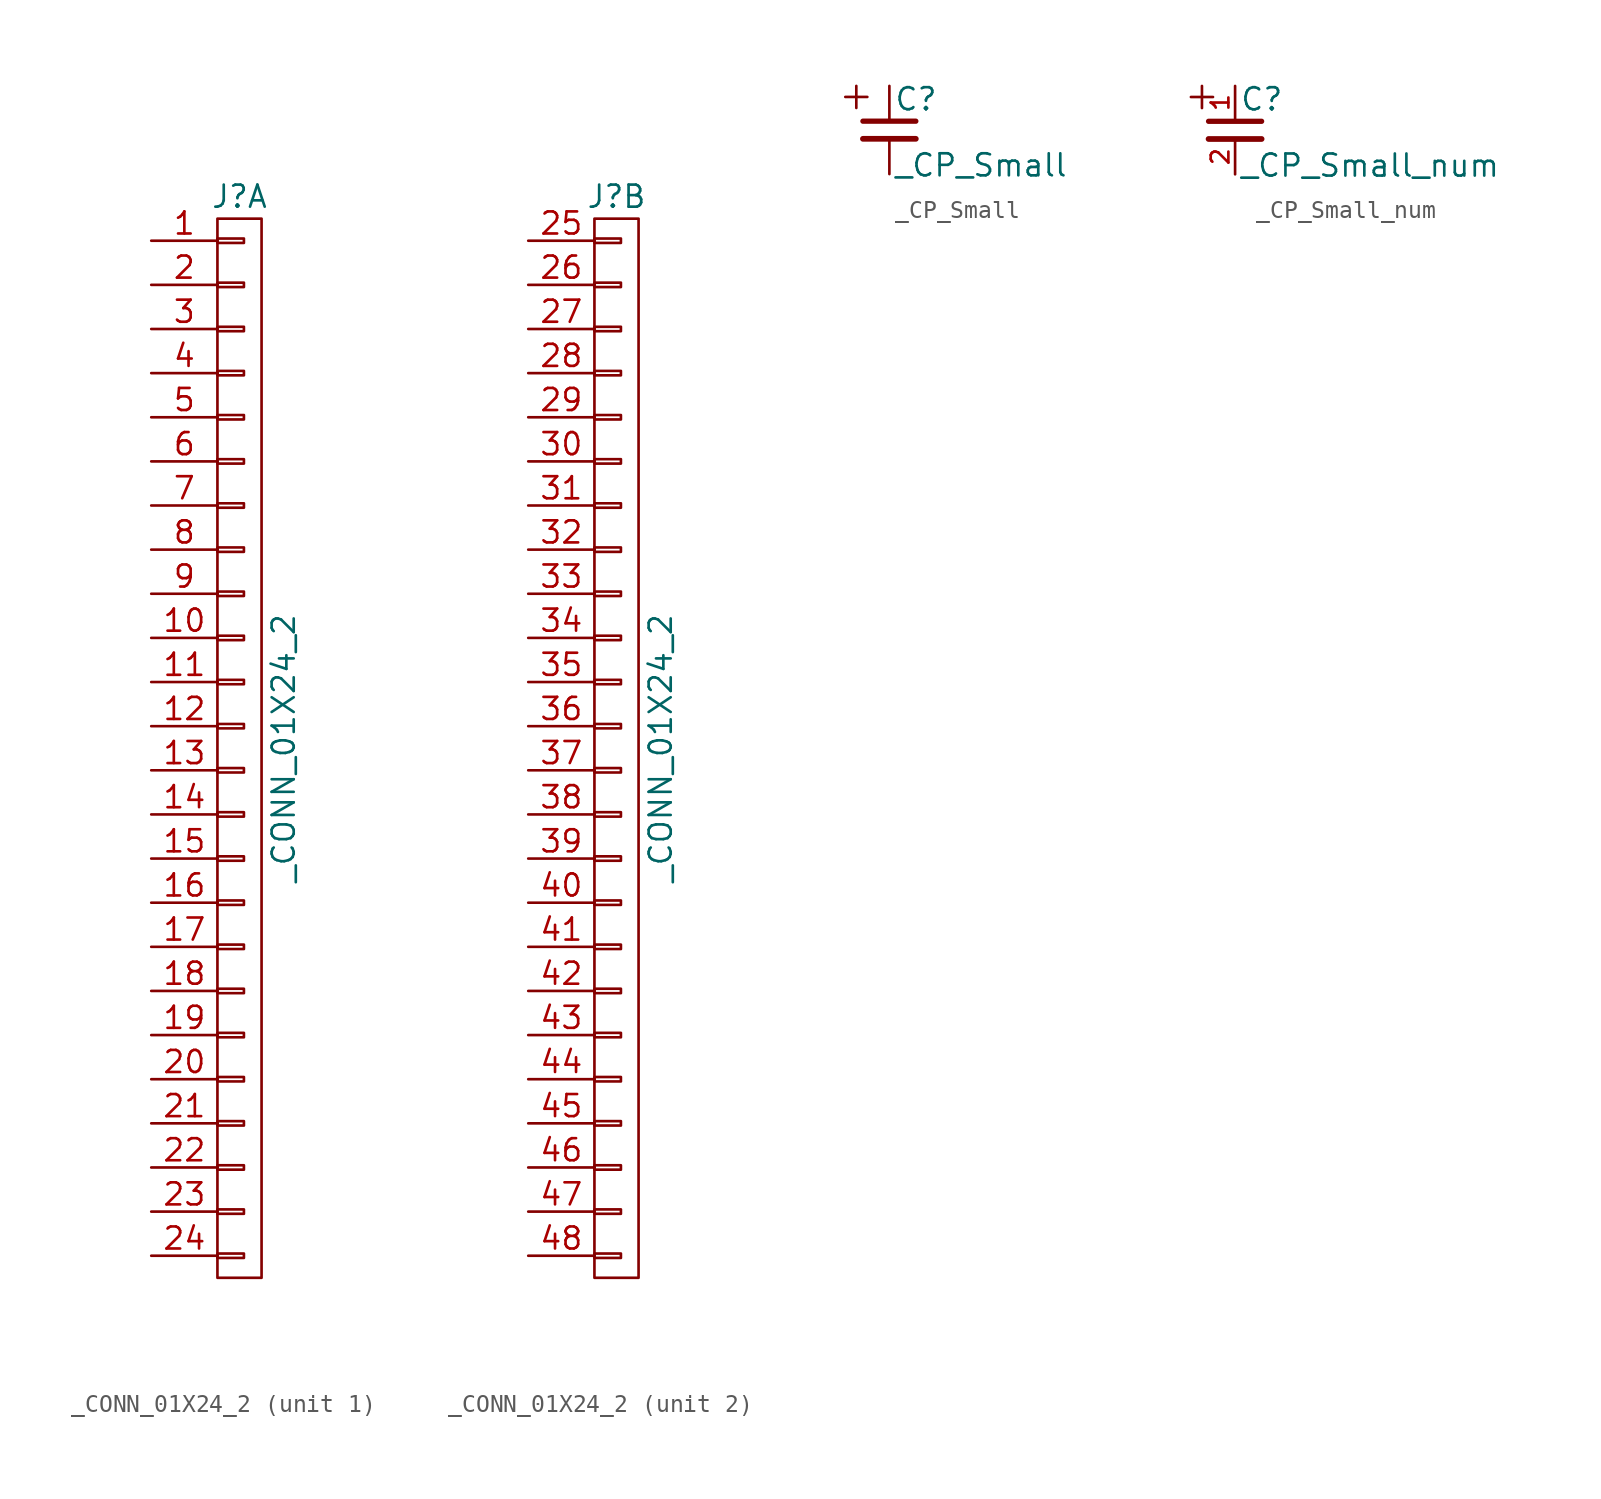
<source format=kicad_sym>
(kicad_symbol_lib
  (version 20220914)
  (generator kicad_symbol_editor)
  (symbol "_CONN_01X24_2"
    (pin_names
      (offset 1.016) hide)
    (property "Reference" "J"
      (at 0 31.75 0)
      (effects (font (size 1.27 1.27))))
    (property "Value" "_CONN_01X24_2"
      (at 2.54 0 90)
      (effects (font (size 1.27 1.27))))
    (symbol "_CONN_01X24_2_0_1"
      (rectangle (start -1.27 -30.48) (end 1.27 30.48) (stroke (width 0) (type solid)) (fill (type none)))
      (rectangle (start -1.27 -29.083) (end 0.254 -29.337) (stroke (width 0) (type solid)) (fill (type none)))
      (rectangle (start -1.27 -26.543) (end 0.254 -26.797) (stroke (width 0) (type solid)) (fill (type none)))
      (rectangle (start -1.27 -24.003) (end 0.254 -24.257) (stroke (width 0) (type solid)) (fill (type none)))
      (rectangle (start -1.27 -21.463) (end 0.254 -21.717) (stroke (width 0) (type solid)) (fill (type none)))
      (rectangle (start -1.27 -18.923) (end 0.254 -19.177) (stroke (width 0) (type solid)) (fill (type none)))
      (rectangle (start -1.27 -16.383) (end 0.254 -16.637) (stroke (width 0) (type solid)) (fill (type none)))
      (rectangle (start -1.27 -13.843) (end 0.254 -14.097) (stroke (width 0) (type solid)) (fill (type none)))
      (rectangle (start -1.27 -11.303) (end 0.254 -11.557) (stroke (width 0) (type solid)) (fill (type none)))
      (rectangle (start -1.27 -8.763) (end 0.254 -9.017) (stroke (width 0) (type solid)) (fill (type none)))
      (rectangle (start -1.27 -6.223) (end 0.254 -6.477) (stroke (width 0) (type solid)) (fill (type none)))
      (rectangle (start -1.27 -3.683) (end 0.254 -3.937) (stroke (width 0) (type solid)) (fill (type none)))
      (rectangle (start -1.27 -1.143) (end 0.254 -1.397) (stroke (width 0) (type solid)) (fill (type none)))
      (rectangle (start -1.27 1.397) (end 0.254 1.143) (stroke (width 0) (type solid)) (fill (type none)))
      (rectangle (start -1.27 3.937) (end 0.254 3.683) (stroke (width 0) (type solid)) (fill (type none)))
      (rectangle (start -1.27 6.477) (end 0.254 6.223) (stroke (width 0) (type solid)) (fill (type none)))
      (rectangle (start -1.27 9.017) (end 0.254 8.763) (stroke (width 0) (type solid)) (fill (type none)))
      (rectangle (start -1.27 11.557) (end 0.254 11.303) (stroke (width 0) (type solid)) (fill (type none)))
      (rectangle (start -1.27 14.097) (end 0.254 13.843) (stroke (width 0) (type solid)) (fill (type none)))
      (rectangle (start -1.27 16.637) (end 0.254 16.383) (stroke (width 0) (type solid)) (fill (type none)))
      (rectangle (start -1.27 19.177) (end 0.254 18.923) (stroke (width 0) (type solid)) (fill (type none)))
      (rectangle (start -1.27 21.717) (end 0.254 21.463) (stroke (width 0) (type solid)) (fill (type none)))
      (rectangle (start -1.27 24.257) (end 0.254 24.003) (stroke (width 0) (type solid)) (fill (type none)))
      (rectangle (start -1.27 26.797) (end 0.254 26.543) (stroke (width 0) (type solid)) (fill (type none)))
      (rectangle (start -1.27 29.337) (end 0.254 29.083) (stroke (width 0) (type solid)) (fill (type none))))
    (symbol "_CONN_01X24_2_1_1"
      (pin passive line (at -5.08 29.21 0) (length 3.81) (name "P1" (effects (font (size 1.27 1.27)))) (number "1" (effects (font (size 1.27 1.27)))))
      (pin passive line (at -5.08 6.35 0) (length 3.81) (name "P10" (effects (font (size 1.27 1.27)))) (number "10" (effects (font (size 1.27 1.27)))))
      (pin passive line (at -5.08 3.81 0) (length 3.81) (name "P11" (effects (font (size 1.27 1.27)))) (number "11" (effects (font (size 1.27 1.27)))))
      (pin passive line (at -5.08 1.27 0) (length 3.81) (name "P12" (effects (font (size 1.27 1.27)))) (number "12" (effects (font (size 1.27 1.27)))))
      (pin passive line (at -5.08 -1.27 0) (length 3.81) (name "P13" (effects (font (size 1.27 1.27)))) (number "13" (effects (font (size 1.27 1.27)))))
      (pin passive line (at -5.08 -3.81 0) (length 3.81) (name "P14" (effects (font (size 1.27 1.27)))) (number "14" (effects (font (size 1.27 1.27)))))
      (pin passive line (at -5.08 -6.35 0) (length 3.81) (name "P15" (effects (font (size 1.27 1.27)))) (number "15" (effects (font (size 1.27 1.27)))))
      (pin passive line (at -5.08 -8.89 0) (length 3.81) (name "P16" (effects (font (size 1.27 1.27)))) (number "16" (effects (font (size 1.27 1.27)))))
      (pin passive line (at -5.08 -11.43 0) (length 3.81) (name "P17" (effects (font (size 1.27 1.27)))) (number "17" (effects (font (size 1.27 1.27)))))
      (pin passive line (at -5.08 -13.97 0) (length 3.81) (name "P18" (effects (font (size 1.27 1.27)))) (number "18" (effects (font (size 1.27 1.27)))))
      (pin passive line (at -5.08 -16.51 0) (length 3.81) (name "P19" (effects (font (size 1.27 1.27)))) (number "19" (effects (font (size 1.27 1.27)))))
      (pin passive line (at -5.08 26.67 0) (length 3.81) (name "P2" (effects (font (size 1.27 1.27)))) (number "2" (effects (font (size 1.27 1.27)))))
      (pin passive line (at -5.08 -19.05 0) (length 3.81) (name "P20" (effects (font (size 1.27 1.27)))) (number "20" (effects (font (size 1.27 1.27)))))
      (pin passive line (at -5.08 -21.59 0) (length 3.81) (name "P21" (effects (font (size 1.27 1.27)))) (number "21" (effects (font (size 1.27 1.27)))))
      (pin passive line (at -5.08 -24.13 0) (length 3.81) (name "P22" (effects (font (size 1.27 1.27)))) (number "22" (effects (font (size 1.27 1.27)))))
      (pin passive line (at -5.08 -26.67 0) (length 3.81) (name "P23" (effects (font (size 1.27 1.27)))) (number "23" (effects (font (size 1.27 1.27)))))
      (pin passive line (at -5.08 -29.21 0) (length 3.81) (name "P24" (effects (font (size 1.27 1.27)))) (number "24" (effects (font (size 1.27 1.27)))))
      (pin passive line (at -5.08 24.13 0) (length 3.81) (name "P3" (effects (font (size 1.27 1.27)))) (number "3" (effects (font (size 1.27 1.27)))))
      (pin passive line (at -5.08 21.59 0) (length 3.81) (name "P4" (effects (font (size 1.27 1.27)))) (number "4" (effects (font (size 1.27 1.27)))))
      (pin passive line (at -5.08 19.05 0) (length 3.81) (name "P5" (effects (font (size 1.27 1.27)))) (number "5" (effects (font (size 1.27 1.27)))))
      (pin passive line (at -5.08 16.51 0) (length 3.81) (name "P6" (effects (font (size 1.27 1.27)))) (number "6" (effects (font (size 1.27 1.27)))))
      (pin passive line (at -5.08 13.97 0) (length 3.81) (name "P7" (effects (font (size 1.27 1.27)))) (number "7" (effects (font (size 1.27 1.27)))))
      (pin passive line (at -5.08 11.43 0) (length 3.81) (name "P8" (effects (font (size 1.27 1.27)))) (number "8" (effects (font (size 1.27 1.27)))))
      (pin passive line (at -5.08 8.89 0) (length 3.81) (name "P9" (effects (font (size 1.27 1.27)))) (number "9" (effects (font (size 1.27 1.27))))))
    (symbol "_CONN_01X24_2_2_1"
      (pin passive line (at -5.08 29.21 0) (length 3.81) (name "P1" (effects (font (size 1.27 1.27)))) (number "25" (effects (font (size 1.27 1.27)))))
      (pin passive line (at -5.08 26.67 0) (length 3.81) (name "P2" (effects (font (size 1.27 1.27)))) (number "26" (effects (font (size 1.27 1.27)))))
      (pin passive line (at -5.08 24.13 0) (length 3.81) (name "P3" (effects (font (size 1.27 1.27)))) (number "27" (effects (font (size 1.27 1.27)))))
      (pin passive line (at -5.08 21.59 0) (length 3.81) (name "P4" (effects (font (size 1.27 1.27)))) (number "28" (effects (font (size 1.27 1.27)))))
      (pin passive line (at -5.08 19.05 0) (length 3.81) (name "P5" (effects (font (size 1.27 1.27)))) (number "29" (effects (font (size 1.27 1.27)))))
      (pin passive line (at -5.08 16.51 0) (length 3.81) (name "P6" (effects (font (size 1.27 1.27)))) (number "30" (effects (font (size 1.27 1.27)))))
      (pin passive line (at -5.08 13.97 0) (length 3.81) (name "P7" (effects (font (size 1.27 1.27)))) (number "31" (effects (font (size 1.27 1.27)))))
      (pin passive line (at -5.08 11.43 0) (length 3.81) (name "P8" (effects (font (size 1.27 1.27)))) (number "32" (effects (font (size 1.27 1.27)))))
      (pin passive line (at -5.08 8.89 0) (length 3.81) (name "P9" (effects (font (size 1.27 1.27)))) (number "33" (effects (font (size 1.27 1.27)))))
      (pin passive line (at -5.08 6.35 0) (length 3.81) (name "P10" (effects (font (size 1.27 1.27)))) (number "34" (effects (font (size 1.27 1.27)))))
      (pin passive line (at -5.08 3.81 0) (length 3.81) (name "P11" (effects (font (size 1.27 1.27)))) (number "35" (effects (font (size 1.27 1.27)))))
      (pin passive line (at -5.08 1.27 0) (length 3.81) (name "P12" (effects (font (size 1.27 1.27)))) (number "36" (effects (font (size 1.27 1.27)))))
      (pin passive line (at -5.08 -1.27 0) (length 3.81) (name "P13" (effects (font (size 1.27 1.27)))) (number "37" (effects (font (size 1.27 1.27)))))
      (pin passive line (at -5.08 -3.81 0) (length 3.81) (name "P14" (effects (font (size 1.27 1.27)))) (number "38" (effects (font (size 1.27 1.27)))))
      (pin passive line (at -5.08 -6.35 0) (length 3.81) (name "P15" (effects (font (size 1.27 1.27)))) (number "39" (effects (font (size 1.27 1.27)))))
      (pin passive line (at -5.08 -8.89 0) (length 3.81) (name "P16" (effects (font (size 1.27 1.27)))) (number "40" (effects (font (size 1.27 1.27)))))
      (pin passive line (at -5.08 -11.43 0) (length 3.81) (name "P17" (effects (font (size 1.27 1.27)))) (number "41" (effects (font (size 1.27 1.27)))))
      (pin passive line (at -5.08 -13.97 0) (length 3.81) (name "P18" (effects (font (size 1.27 1.27)))) (number "42" (effects (font (size 1.27 1.27)))))
      (pin passive line (at -5.08 -16.51 0) (length 3.81) (name "P19" (effects (font (size 1.27 1.27)))) (number "43" (effects (font (size 1.27 1.27)))))
      (pin passive line (at -5.08 -19.05 0) (length 3.81) (name "P20" (effects (font (size 1.27 1.27)))) (number "44" (effects (font (size 1.27 1.27)))))
      (pin passive line (at -5.08 -21.59 0) (length 3.81) (name "P21" (effects (font (size 1.27 1.27)))) (number "45" (effects (font (size 1.27 1.27)))))
      (pin passive line (at -5.08 -24.13 0) (length 3.81) (name "P22" (effects (font (size 1.27 1.27)))) (number "46" (effects (font (size 1.27 1.27)))))
      (pin passive line (at -5.08 -26.67 0) (length 3.81) (name "P23" (effects (font (size 1.27 1.27)))) (number "47" (effects (font (size 1.27 1.27)))))
      (pin passive line (at -5.08 -29.21 0) (length 3.81) (name "P24" (effects (font (size 1.27 1.27)))) (number "48" (effects (font (size 1.27 1.27)))))))
  (symbol "_CP_Small"
    (pin_numbers hide)
    (pin_names
      (offset 0.254) hide)
    (property "Reference" "C"
      (at 0.254 1.778 0)
      (effects (font (size 1.27 1.27)) (justify left)))
    (property "Value" "_CP_Small"
      (at 0.254 -2.032 0)
      (effects (font (size 1.27 1.27)) (justify left)))
    (property "Footprint" ""
      (at 0 0 0)
      (effects (font (size 1.27 1.27))))
    (property "Datasheet" ""
      (at 0 0 0)
      (effects (font (size 1.27 1.27))))
    (symbol "_CP_Small_0_1"
      (polyline (pts (xy -2.54 1.905) (xy -1.27 1.905)) (stroke (width 0) (type solid)) (fill (type none)))
      (polyline (pts (xy -1.524 -0.508) (xy 1.524 -0.508)) (stroke (width 0.33) (type solid)) (fill (type none)))
      (polyline (pts (xy -1.524 0.508) (xy 1.524 0.508)) (stroke (width 0.305) (type solid)) (fill (type none)))
      (polyline (pts (xy -1.905 2.54) (xy -1.905 1.905) (xy -1.905 1.27)) (stroke (width 0) (type solid)) (fill (type none))))
    (symbol "_CP_Small_1_1"
      (pin passive line (at 0 2.54 270) (length 1.905) (name "~" (effects (font (size 1.016 1.016)))) (number "1" (effects (font (size 1.016 1.016)))))
      (pin passive line (at 0 -2.54 90) (length 2.032) (name "~" (effects (font (size 1.016 1.016)))) (number "2" (effects (font (size 1.016 1.016)))))))
  (symbol "_CP_Small_num"
    (pin_names
      (offset 0.254) hide)
    (property "Reference" "C"
      (at 0.254 1.778 0)
      (effects (font (size 1.27 1.27)) (justify left)))
    (property "Value" "_CP_Small_num"
      (at 0.254 -2.032 0)
      (effects (font (size 1.27 1.27)) (justify left)))
    (property "Footprint" ""
      (at 0 0 0)
      (effects (font (size 1.27 1.27))))
    (property "Datasheet" ""
      (at 0 0 0)
      (effects (font (size 1.27 1.27))))
    (symbol "_CP_Small_num_0_1"
      (polyline (pts (xy -2.54 1.905) (xy -1.27 1.905)) (stroke (width 0) (type solid)) (fill (type none)))
      (polyline (pts (xy -1.524 -0.508) (xy 1.524 -0.508)) (stroke (width 0.33) (type solid)) (fill (type none)))
      (polyline (pts (xy -1.524 0.508) (xy 1.524 0.508)) (stroke (width 0.305) (type solid)) (fill (type none)))
      (polyline (pts (xy -1.905 2.54) (xy -1.905 1.905) (xy -1.905 1.27)) (stroke (width 0) (type solid)) (fill (type none))))
    (symbol "_CP_Small_num_1_1"
      (pin passive line (at 0 2.54 270) (length 1.905) (name "~" (effects (font (size 1.016 1.016)))) (number "1" (effects (font (size 1.016 1.016)))))
      (pin passive line (at 0 -2.54 90) (length 2.032) (name "~" (effects (font (size 1.016 1.016)))) (number "2" (effects (font (size 1.016 1.016))))))))
</source>
